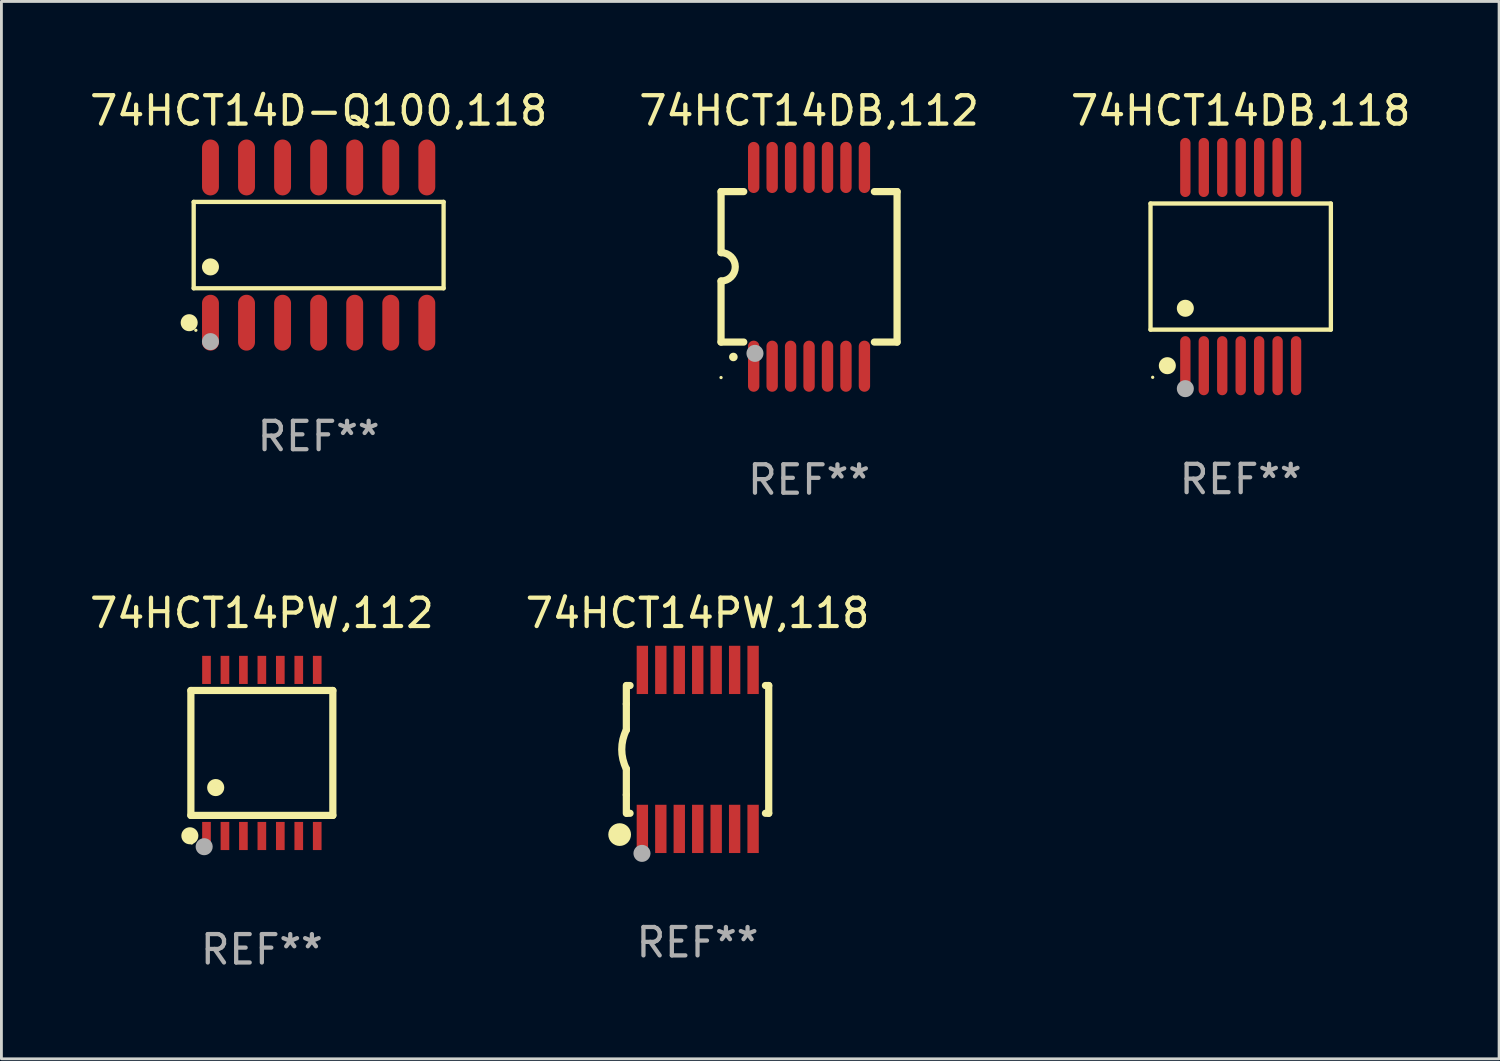
<source format=kicad_pcb>
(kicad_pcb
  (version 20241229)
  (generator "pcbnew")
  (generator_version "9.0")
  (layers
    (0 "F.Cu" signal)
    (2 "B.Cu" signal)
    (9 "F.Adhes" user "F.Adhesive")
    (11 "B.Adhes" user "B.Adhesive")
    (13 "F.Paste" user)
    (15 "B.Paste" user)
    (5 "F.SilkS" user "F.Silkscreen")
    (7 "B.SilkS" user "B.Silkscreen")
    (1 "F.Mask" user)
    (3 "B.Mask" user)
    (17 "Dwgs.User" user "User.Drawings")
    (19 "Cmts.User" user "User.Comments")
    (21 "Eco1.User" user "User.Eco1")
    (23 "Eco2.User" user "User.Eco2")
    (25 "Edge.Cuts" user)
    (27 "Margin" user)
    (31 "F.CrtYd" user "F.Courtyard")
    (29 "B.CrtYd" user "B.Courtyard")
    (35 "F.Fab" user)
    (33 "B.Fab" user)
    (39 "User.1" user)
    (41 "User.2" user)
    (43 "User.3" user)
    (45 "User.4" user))
  (footprint "74HCT14PW,118"
    (layer "F.Cu")
    (at 21.518 23.345)
    (property "Reference" "74HCT14PW,118" (at 0 -4.8 0) (layer "F.SilkS") (effects (font (size 1 1) (thickness 0.15))))
    (attr through_hole)
    (fp_line (start -2.507 -1.6) (end -2.507 -2.25) (stroke (width 0.254) (type solid)) (layer "F.SilkS"))
    (fp_line (start -2.507 -0.686) (end -2.507 -1.6) (stroke (width 0.254) (type solid)) (layer "F.SilkS"))
    (fp_line (start -2.507 1.6) (end -2.507 0.686) (stroke (width 0.254) (type solid)) (layer "F.SilkS"))
    (fp_line (start -2.507 1.6) (end -2.507 2.25) (stroke (width 0.254) (type solid)) (layer "F.SilkS"))
    (fp_line (start -2.493 -2.25) (end -2.377 -2.25) (stroke (width 0.254) (type solid)) (layer "F.SilkS"))
    (fp_line (start -2.377 2.25) (end -2.493 2.25) (stroke (width 0.254) (type solid)) (layer "F.SilkS"))
    (fp_line (start 2.392 -2.25) (end 2.507 -2.25) (stroke (width 0.254) (type solid)) (layer "F.SilkS"))
    (fp_line (start 2.507 -2.25) (end 2.507 2.25) (stroke (width 0.254) (type solid)) (layer "F.SilkS"))
    (fp_line (start 2.507 2.25) (end 2.392 2.25) (stroke (width 0.254) (type solid)) (layer "F.SilkS"))
    (fp_arc (start -2.507303 0.685802) (mid -2.669199 0) (end -2.507303 -0.685801) (stroke (width 0.254001) (type solid)) (layer "F.SilkS"))
    (fp_circle (center -2.743 3) (end -2.543 3) (stroke (width 0.4) (type solid)) (fill no) (layer "F.SilkS"))
    (fp_circle (center -2.493 3.2) (end -2.463 3.2) (stroke (width 0.06) (type solid)) (fill no) (layer "F.SilkS"))
    (fp_circle (center -1.957 3.662) (end -1.807 3.662) (stroke (width 0.3) (type solid)) (fill no) (layer "F.Fab"))
    (fp_text user "REF**" (at 0 6.8 0) (layer "F.Fab") (effects (font (size 1 1) (thickness 0.15))))
    (pad "1" smd rect (at -1.943 2.8) (size 0.4 1.7) (layers "F.Cu" "F.Mask" "F.Paste"))
    (pad "2" smd rect (at -1.293 2.8) (size 0.4 1.7) (layers "F.Cu" "F.Mask" "F.Paste"))
    (pad "3" smd rect (at -0.643 2.8) (size 0.4 1.7) (layers "F.Cu" "F.Mask" "F.Paste"))
    (pad "4" smd rect (at 0.007 2.8) (size 0.4 1.7) (layers "F.Cu" "F.Mask" "F.Paste"))
    (pad "5" smd rect (at 0.657 2.8) (size 0.4 1.7) (layers "F.Cu" "F.Mask" "F.Paste"))
    (pad "6" smd rect (at 1.307 2.8) (size 0.4 1.7) (layers "F.Cu" "F.Mask" "F.Paste"))
    (pad "7" smd rect (at 1.957 2.8) (size 0.4 1.7) (layers "F.Cu" "F.Mask" "F.Paste"))
    (pad "8" smd rect (at 1.957 -2.8) (size 0.4 1.7) (layers "F.Cu" "F.Mask" "F.Paste"))
    (pad "9" smd rect (at 1.307 -2.8) (size 0.4 1.7) (layers "F.Cu" "F.Mask" "F.Paste"))
    (pad "10" smd rect (at 0.657 -2.8) (size 0.4 1.7) (layers "F.Cu" "F.Mask" "F.Paste"))
    (pad "11" smd rect (at 0.007 -2.8) (size 0.4 1.7) (layers "F.Cu" "F.Mask" "F.Paste"))
    (pad "12" smd rect (at -0.643 -2.8) (size 0.4 1.7) (layers "F.Cu" "F.Mask" "F.Paste"))
    (pad "13" smd rect (at -1.293 -2.8) (size 0.4 1.7) (layers "F.Cu" "F.Mask" "F.Paste"))
    (pad "14" smd rect (at -1.943 -2.8) (size 0.4 1.7) (layers "F.Cu" "F.Mask" "F.Paste")))
  (footprint "74HCT14D-Q100,118"
    (layer "F.Cu")
    (at 8.173 5.582)
    (property "Reference" "74HCT14D-Q100,118" (at 0 -4.734 0) (layer "F.SilkS") (effects (font (size 1 1) (thickness 0.15))))
    (attr through_hole)
    (fp_line (start -4.401 -1.521) (end 4.401 -1.521) (stroke (width 0.152) (type solid)) (layer "F.SilkS"))
    (fp_line (start -4.401 1.521) (end -4.401 -1.521) (stroke (width 0.152) (type solid)) (layer "F.SilkS"))
    (fp_line (start 4.401 -1.521) (end 4.401 1.521) (stroke (width 0.152) (type solid)) (layer "F.SilkS"))
    (fp_line (start 4.401 1.521) (end -4.401 1.521) (stroke (width 0.152) (type solid)) (layer "F.SilkS"))
    (fp_circle (center -4.56 2.734) (end -4.41 2.734) (stroke (width 0.3) (type solid)) (fill no) (layer "F.SilkS"))
    (fp_circle (center -4.325 3) (end -4.295 3) (stroke (width 0.06) (type solid)) (fill no) (layer "F.SilkS"))
    (fp_circle (center -3.81 0.769) (end -3.66 0.769) (stroke (width 0.3) (type solid)) (fill no) (layer "F.SilkS"))
    (fp_circle (center -3.81 3.4) (end -3.66 3.4) (stroke (width 0.3) (type solid)) (fill no) (layer "F.Fab"))
    (fp_text user "REF**" (at 0 6.734 0) (layer "F.Fab") (effects (font (size 1 1) (thickness 0.15))))
    (pad "1" smd oval (at -3.81 2.734) (size 0.595 1.968) (layers "F.Cu" "F.Mask" "F.Paste"))
    (pad "2" smd oval (at -2.54 2.734) (size 0.595 1.968) (layers "F.Cu" "F.Mask" "F.Paste"))
    (pad "3" smd oval (at -1.27 2.734) (size 0.595 1.968) (layers "F.Cu" "F.Mask" "F.Paste"))
    (pad "4" smd oval (at 0 2.734) (size 0.595 1.968) (layers "F.Cu" "F.Mask" "F.Paste"))
    (pad "5" smd oval (at 1.27 2.734) (size 0.595 1.968) (layers "F.Cu" "F.Mask" "F.Paste"))
    (pad "6" smd oval (at 2.54 2.734) (size 0.595 1.968) (layers "F.Cu" "F.Mask" "F.Paste"))
    (pad "7" smd oval (at 3.81 2.734) (size 0.595 1.968) (layers "F.Cu" "F.Mask" "F.Paste"))
    (pad "8" smd oval (at 3.81 -2.734) (size 0.595 1.968) (layers "F.Cu" "F.Mask" "F.Paste"))
    (pad "9" smd oval (at 2.54 -2.734) (size 0.595 1.968) (layers "F.Cu" "F.Mask" "F.Paste"))
    (pad "10" smd oval (at 1.27 -2.734) (size 0.595 1.968) (layers "F.Cu" "F.Mask" "F.Paste"))
    (pad "11" smd oval (at 0 -2.734) (size 0.595 1.968) (layers "F.Cu" "F.Mask" "F.Paste"))
    (pad "12" smd oval (at -1.27 -2.734) (size 0.595 1.968) (layers "F.Cu" "F.Mask" "F.Paste"))
    (pad "13" smd oval (at -2.54 -2.734) (size 0.595 1.968) (layers "F.Cu" "F.Mask" "F.Paste"))
    (pad "14" smd oval (at -3.81 -2.734) (size 0.595 1.968) (layers "F.Cu" "F.Mask" "F.Paste")))
  (footprint "74HCT14DB,118"
    (layer "F.Cu")
    (at 40.649 6.339)
    (property "Reference" "74HCT14DB,118" (at 0 -5.491 0) (layer "F.SilkS") (effects (font (size 1 1) (thickness 0.15))))
    (attr through_hole)
    (fp_line (start -3.176 -2.221) (end 3.176 -2.221) (stroke (width 0.152) (type solid)) (layer "F.SilkS"))
    (fp_line (start -3.176 2.221) (end -3.176 -2.221) (stroke (width 0.152) (type solid)) (layer "F.SilkS"))
    (fp_line (start 3.176 -2.221) (end 3.176 2.221) (stroke (width 0.152) (type solid)) (layer "F.SilkS"))
    (fp_line (start 3.176 2.221) (end -3.176 2.221) (stroke (width 0.152) (type solid)) (layer "F.SilkS"))
    (fp_circle (center -3.1 3.9) (end -3.07 3.9) (stroke (width 0.06) (type solid)) (fill no) (layer "F.SilkS"))
    (fp_circle (center -2.584 3.491) (end -2.434 3.491) (stroke (width 0.3) (type solid)) (fill no) (layer "F.SilkS"))
    (fp_circle (center -1.95 1.469) (end -1.8 1.469) (stroke (width 0.3) (type solid)) (fill no) (layer "F.SilkS"))
    (fp_circle (center -1.95 4.3) (end -1.8 4.3) (stroke (width 0.3) (type solid)) (fill no) (layer "F.Fab"))
    (fp_text user "REF**" (at 0 7.491 0) (layer "F.Fab") (effects (font (size 1 1) (thickness 0.15))))
    (pad "1" smd oval (at -1.95 3.491) (size 0.364 2.082) (layers "F.Cu" "F.Mask" "F.Paste"))
    (pad "2" smd oval (at -1.3 3.491) (size 0.364 2.082) (layers "F.Cu" "F.Mask" "F.Paste"))
    (pad "3" smd oval (at -0.65 3.491) (size 0.364 2.082) (layers "F.Cu" "F.Mask" "F.Paste"))
    (pad "4" smd oval (at 0 3.491) (size 0.364 2.082) (layers "F.Cu" "F.Mask" "F.Paste"))
    (pad "5" smd oval (at 0.65 3.491) (size 0.364 2.082) (layers "F.Cu" "F.Mask" "F.Paste"))
    (pad "6" smd oval (at 1.3 3.491) (size 0.364 2.082) (layers "F.Cu" "F.Mask" "F.Paste"))
    (pad "7" smd oval (at 1.95 3.491) (size 0.364 2.082) (layers "F.Cu" "F.Mask" "F.Paste"))
    (pad "8" smd oval (at 1.95 -3.491) (size 0.364 2.082) (layers "F.Cu" "F.Mask" "F.Paste"))
    (pad "9" smd oval (at 1.3 -3.491) (size 0.364 2.082) (layers "F.Cu" "F.Mask" "F.Paste"))
    (pad "10" smd oval (at 0.65 -3.491) (size 0.364 2.082) (layers "F.Cu" "F.Mask" "F.Paste"))
    (pad "11" smd oval (at 0 -3.491) (size 0.364 2.082) (layers "F.Cu" "F.Mask" "F.Paste"))
    (pad "12" smd oval (at -0.65 -3.491) (size 0.364 2.082) (layers "F.Cu" "F.Mask" "F.Paste"))
    (pad "13" smd oval (at -1.3 -3.491) (size 0.364 2.082) (layers "F.Cu" "F.Mask" "F.Paste"))
    (pad "14" smd oval (at -1.95 -3.491) (size 0.364 2.082) (layers "F.Cu" "F.Mask" "F.Paste")))
  (footprint "74HCT14PW,112"
    (layer "F.Cu")
    (at 6.173 23.47)
    (property "Reference" "74HCT14PW,112" (at 0 -4.925 0) (layer "F.SilkS") (effects (font (size 1 1) (thickness 0.15))))
    (attr through_hole)
    (fp_line (start -2.5 2.2) (end -2.5 -2.2) (stroke (width 0.254) (type solid)) (layer "F.SilkS"))
    (fp_line (start -2.5 2.2) (end 2.5 2.2) (stroke (width 0.254) (type solid)) (layer "F.SilkS"))
    (fp_line (start 2.5 -2.2) (end -2.5 -2.2) (stroke (width 0.254) (type solid)) (layer "F.SilkS"))
    (fp_line (start 2.5 -2.2) (end 2.5 2.2) (stroke (width 0.254) (type solid)) (layer "F.SilkS"))
    (fp_circle (center -2.536 2.917) (end -2.386 2.917) (stroke (width 0.3) (type solid)) (fill no) (layer "F.SilkS"))
    (fp_circle (center -2.47 3.17) (end -2.44 3.17) (stroke (width 0.06) (type solid)) (fill no) (layer "F.SilkS"))
    (fp_circle (center -1.626 1.219) (end -1.475 1.219) (stroke (width 0.3) (type solid)) (fill no) (layer "F.SilkS"))
    (fp_circle (center -2.032 3.302) (end -1.882 3.302) (stroke (width 0.3) (type solid)) (fill no) (layer "F.Fab"))
    (fp_text user "REF**" (at 0 6.925 0) (layer "F.Fab") (effects (font (size 1 1) (thickness 0.15))))
    (pad "1" smd rect (at -1.95 2.925) (size 0.305 0.991) (layers "F.Cu" "F.Mask" "F.Paste"))
    (pad "2" smd rect (at -1.3 2.925) (size 0.305 0.991) (layers "F.Cu" "F.Mask" "F.Paste"))
    (pad "3" smd rect (at -0.65 2.925) (size 0.305 0.991) (layers "F.Cu" "F.Mask" "F.Paste"))
    (pad "4" smd rect (at 0 2.925) (size 0.305 0.991) (layers "F.Cu" "F.Mask" "F.Paste"))
    (pad "5" smd rect (at 0.65 2.925) (size 0.305 0.991) (layers "F.Cu" "F.Mask" "F.Paste"))
    (pad "6" smd rect (at 1.3 2.925) (size 0.305 0.991) (layers "F.Cu" "F.Mask" "F.Paste"))
    (pad "7" smd rect (at 1.95 2.925) (size 0.305 0.991) (layers "F.Cu" "F.Mask" "F.Paste"))
    (pad "8" smd rect (at 1.95 -2.925) (size 0.305 0.991) (layers "F.Cu" "F.Mask" "F.Paste"))
    (pad "9" smd rect (at 1.3 -2.925) (size 0.305 0.991) (layers "F.Cu" "F.Mask" "F.Paste"))
    (pad "10" smd rect (at 0.65 -2.925) (size 0.305 0.991) (layers "F.Cu" "F.Mask" "F.Paste"))
    (pad "11" smd rect (at 0 -2.925) (size 0.305 0.991) (layers "F.Cu" "F.Mask" "F.Paste"))
    (pad "12" smd rect (at -0.65 -2.925) (size 0.305 0.991) (layers "F.Cu" "F.Mask" "F.Paste"))
    (pad "13" smd rect (at -1.3 -2.925) (size 0.305 0.991) (layers "F.Cu" "F.Mask" "F.Paste"))
    (pad "14" smd rect (at -1.95 -2.925) (size 0.305 0.991) (layers "F.Cu" "F.Mask" "F.Paste")))
  (footprint "74HCT14DB,112"
    (layer "F.Cu")
    (at 25.446 6.348)
    (property "Reference" "74HCT14DB,112" (at 0 -5.5 0) (layer "F.SilkS") (effects (font (size 1 1) (thickness 0.15))))
    (attr through_hole)
    (fp_line (start -3.1 2.65) (end -3.1 0.5) (stroke (width 0.254) (type solid)) (layer "F.SilkS"))
    (fp_line (start -3.099 -2.65) (end -2.301 -2.65) (stroke (width 0.254) (type solid)) (layer "F.SilkS"))
    (fp_line (start -3.099 -0.5) (end -3.099 -2.65) (stroke (width 0.254) (type solid)) (layer "F.SilkS"))
    (fp_line (start -2.301 2.65) (end -3.1 2.65) (stroke (width 0.254) (type solid)) (layer "F.SilkS"))
    (fp_line (start 2.301 -2.65) (end 3.1 -2.65) (stroke (width 0.254) (type solid)) (layer "F.SilkS"))
    (fp_line (start 3.1 -2.65) (end 3.1 2.65) (stroke (width 0.254) (type solid)) (layer "F.SilkS"))
    (fp_line (start 3.1 2.65) (end 2.301 2.65) (stroke (width 0.254) (type solid)) (layer "F.SilkS"))
    (fp_arc (start -3.098806 -0.500381) (mid -2.598806 0) (end -3.098806 0.500381) (stroke (width 0.254001) (type solid)) (layer "F.SilkS"))
    (fp_arc (start -2.667005 3.175006) (mid -2.665735 3.175001) (end -2.664465 3.175006) (stroke (width 0.3) (type solid)) (layer "F.SilkS"))
    (fp_circle (center -3.1 3.9) (end -3.07 3.9) (stroke (width 0.06) (type solid)) (fill no) (layer "F.SilkS"))
    (fp_circle (center -1.905 3.048) (end -1.755 3.048) (stroke (width 0.3) (type solid)) (fill no) (layer "F.Fab"))
    (fp_text user "REF**" (at 0 7.5 0) (layer "F.Fab") (effects (font (size 1 1) (thickness 0.15))))
    (pad "1" smd oval (at -1.95 3.5 270) (size 1.8 0.4) (layers "F.Cu" "F.Mask" "F.Paste"))
    (pad "2" smd oval (at -1.3 3.5 270) (size 1.8 0.4) (layers "F.Cu" "F.Mask" "F.Paste"))
    (pad "3" smd oval (at -0.65 3.5 270) (size 1.8 0.4) (layers "F.Cu" "F.Mask" "F.Paste"))
    (pad "4" smd oval (at 0 3.5 270) (size 1.8 0.4) (layers "F.Cu" "F.Mask" "F.Paste"))
    (pad "5" smd oval (at 0.65 3.5 270) (size 1.8 0.4) (layers "F.Cu" "F.Mask" "F.Paste"))
    (pad "6" smd oval (at 1.3 3.5 270) (size 1.8 0.4) (layers "F.Cu" "F.Mask" "F.Paste"))
    (pad "7" smd oval (at 1.95 3.5 270) (size 1.8 0.4) (layers "F.Cu" "F.Mask" "F.Paste"))
    (pad "8" smd oval (at 1.95 -3.5 90) (size 1.8 0.4) (layers "F.Cu" "F.Mask" "F.Paste"))
    (pad "9" smd oval (at 1.3 -3.5 90) (size 1.8 0.4) (layers "F.Cu" "F.Mask" "F.Paste"))
    (pad "10" smd oval (at 0.65 -3.5 90) (size 1.8 0.4) (layers "F.Cu" "F.Mask" "F.Paste"))
    (pad "11" smd oval (at 0 -3.5 90) (size 1.8 0.4) (layers "F.Cu" "F.Mask" "F.Paste"))
    (pad "12" smd oval (at -0.65 -3.5 90) (size 1.8 0.4) (layers "F.Cu" "F.Mask" "F.Paste"))
    (pad "13" smd oval (at -1.3 -3.5 90) (size 1.8 0.4) (layers "F.Cu" "F.Mask" "F.Paste"))
    (pad "14" smd oval (at -1.95 -3.5 90) (size 1.8 0.4) (layers "F.Cu" "F.Mask" "F.Paste")))
  (gr_rect
    (start -3 -3)
    (end 49.75 34.243)
    (stroke (width 0.1) (type default))
    (fill no)
    (layer "Edge.Cuts")))
</source>
